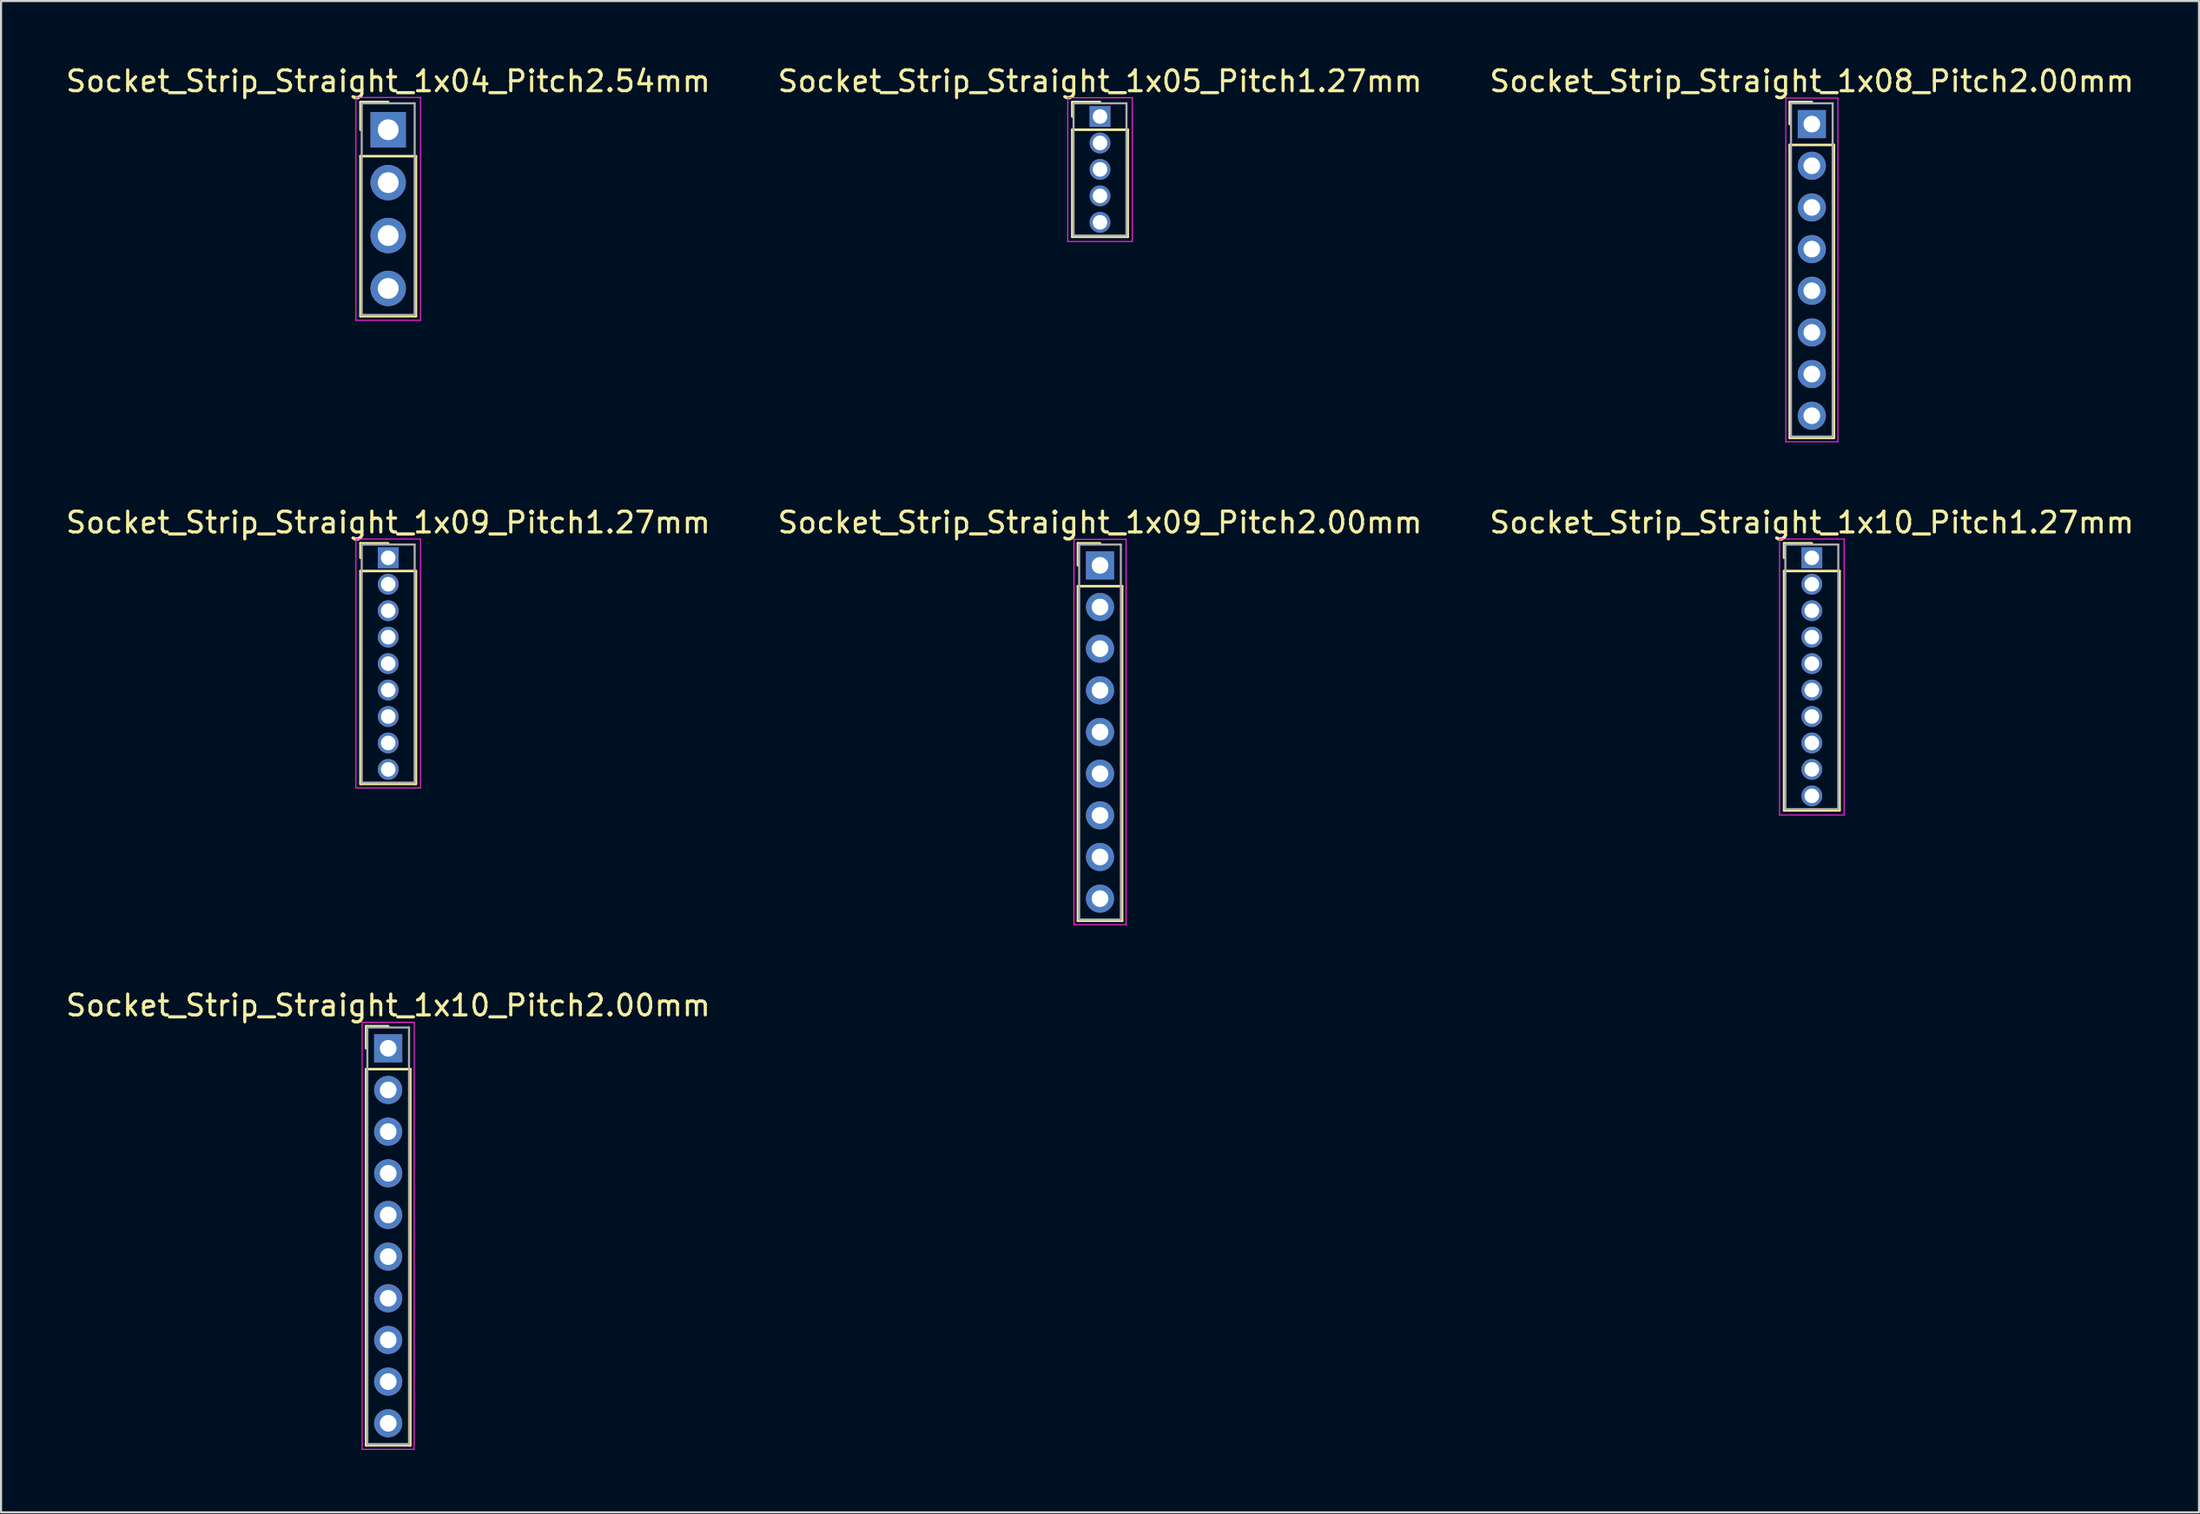
<source format=kicad_pcb>
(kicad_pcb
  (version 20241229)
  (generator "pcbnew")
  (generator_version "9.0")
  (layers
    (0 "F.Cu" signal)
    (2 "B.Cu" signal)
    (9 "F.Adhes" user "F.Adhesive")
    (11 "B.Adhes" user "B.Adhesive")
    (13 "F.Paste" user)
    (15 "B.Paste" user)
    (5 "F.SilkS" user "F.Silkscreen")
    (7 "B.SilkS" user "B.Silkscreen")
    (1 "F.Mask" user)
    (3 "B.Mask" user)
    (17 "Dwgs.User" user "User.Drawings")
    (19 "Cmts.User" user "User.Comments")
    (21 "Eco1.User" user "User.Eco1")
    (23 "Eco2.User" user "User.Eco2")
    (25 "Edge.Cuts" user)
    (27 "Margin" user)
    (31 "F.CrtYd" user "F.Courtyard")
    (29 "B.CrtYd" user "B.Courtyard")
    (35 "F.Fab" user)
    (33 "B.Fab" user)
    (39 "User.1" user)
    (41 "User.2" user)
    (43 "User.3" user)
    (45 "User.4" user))
  (footprint "Socket_Strip_Straight_1x05_Pitch1.27mm"
    (layer "F.Cu")
    (at 49.732 2.543)
    (property "Reference" "Socket_Strip_Straight_1x05_Pitch1.27mm" (at 0 -1.695 0) (layer "F.SilkS") (effects (font (size 1 1) (thickness 0.15))))
    (attr through_hole)
    (fp_line (start -1.33 -0.695) (end 0 -0.695) (stroke (width 0.12) (type solid)) (layer "F.SilkS"))
    (fp_line (start -1.33 0) (end -1.33 -0.695) (stroke (width 0.12) (type solid)) (layer "F.SilkS"))
    (fp_line (start -1.33 0.635) (end -1.33 5.775) (stroke (width 0.12) (type solid)) (layer "F.SilkS"))
    (fp_line (start -1.33 5.775) (end 1.33 5.775) (stroke (width 0.12) (type solid)) (layer "F.SilkS"))
    (fp_line (start 1.33 0.635) (end -1.33 0.635) (stroke (width 0.12) (type solid)) (layer "F.SilkS"))
    (fp_line (start 1.33 5.775) (end 1.33 0.635) (stroke (width 0.12) (type solid)) (layer "F.SilkS"))
    (fp_line (start -1.55 -0.9) (end -1.55 6) (stroke (width 0.05) (type solid)) (layer "F.CrtYd"))
    (fp_line (start -1.55 6) (end 1.55 6) (stroke (width 0.05) (type solid)) (layer "F.CrtYd"))
    (fp_line (start 1.55 -0.9) (end -1.55 -0.9) (stroke (width 0.05) (type solid)) (layer "F.CrtYd"))
    (fp_line (start 1.55 6) (end 1.55 -0.9) (stroke (width 0.05) (type solid)) (layer "F.CrtYd"))
    (fp_line (start -1.27 -0.635) (end -1.27 5.715) (stroke (width 0.1) (type solid)) (layer "F.Fab"))
    (fp_line (start -1.27 5.715) (end 1.27 5.715) (stroke (width 0.1) (type solid)) (layer "F.Fab"))
    (fp_line (start 1.27 -0.635) (end -1.27 -0.635) (stroke (width 0.1) (type solid)) (layer "F.Fab"))
    (fp_line (start 1.27 5.715) (end 1.27 -0.635) (stroke (width 0.1) (type solid)) (layer "F.Fab"))
    (pad "1" thru_hole rect (at 0 0) (size 1 1) (drill 0.7) (layers "*.Cu" "*.Mask"))
    (pad "2" thru_hole oval (at 0 1.27) (size 1 1) (drill 0.7) (layers "*.Cu" "*.Mask"))
    (pad "3" thru_hole oval (at 0 2.54) (size 1 1) (drill 0.7) (layers "*.Cu" "*.Mask"))
    (pad "4" thru_hole oval (at 0 3.81) (size 1 1) (drill 0.7) (layers "*.Cu" "*.Mask"))
    (pad "5" thru_hole oval (at 0 5.08) (size 1 1) (drill 0.7) (layers "*.Cu" "*.Mask")))
  (footprint "Socket_Strip_Straight_1x04_Pitch2.54mm"
    (layer "F.Cu")
    (at 15.577 3.178)
    (property "Reference" "Socket_Strip_Straight_1x04_Pitch2.54mm" (at 0 -2.33 0) (layer "F.SilkS") (effects (font (size 1 1) (thickness 0.15))))
    (attr through_hole)
    (fp_line (start -1.33 -1.33) (end 0 -1.33) (stroke (width 0.12) (type solid)) (layer "F.SilkS"))
    (fp_line (start -1.33 0) (end -1.33 -1.33) (stroke (width 0.12) (type solid)) (layer "F.SilkS"))
    (fp_line (start -1.33 1.27) (end -1.33 8.95) (stroke (width 0.12) (type solid)) (layer "F.SilkS"))
    (fp_line (start -1.33 8.95) (end 1.33 8.95) (stroke (width 0.12) (type solid)) (layer "F.SilkS"))
    (fp_line (start 1.33 1.27) (end -1.33 1.27) (stroke (width 0.12) (type solid)) (layer "F.SilkS"))
    (fp_line (start 1.33 8.95) (end 1.33 1.27) (stroke (width 0.12) (type solid)) (layer "F.SilkS"))
    (fp_line (start -1.55 -1.55) (end -1.55 9.15) (stroke (width 0.05) (type solid)) (layer "F.CrtYd"))
    (fp_line (start -1.55 9.15) (end 1.55 9.15) (stroke (width 0.05) (type solid)) (layer "F.CrtYd"))
    (fp_line (start 1.55 -1.55) (end -1.55 -1.55) (stroke (width 0.05) (type solid)) (layer "F.CrtYd"))
    (fp_line (start 1.55 9.15) (end 1.55 -1.55) (stroke (width 0.05) (type solid)) (layer "F.CrtYd"))
    (fp_line (start -1.27 -1.27) (end -1.27 8.89) (stroke (width 0.1) (type solid)) (layer "F.Fab"))
    (fp_line (start -1.27 8.89) (end 1.27 8.89) (stroke (width 0.1) (type solid)) (layer "F.Fab"))
    (fp_line (start 1.27 -1.27) (end -1.27 -1.27) (stroke (width 0.1) (type solid)) (layer "F.Fab"))
    (fp_line (start 1.27 8.89) (end 1.27 -1.27) (stroke (width 0.1) (type solid)) (layer "F.Fab"))
    (pad "1" thru_hole rect (at 0 0) (size 1.7 1.7) (drill 1) (layers "*.Cu" "*.Mask"))
    (pad "2" thru_hole oval (at 0 2.54) (size 1.7 1.7) (drill 1) (layers "*.Cu" "*.Mask"))
    (pad "3" thru_hole oval (at 0 5.08) (size 1.7 1.7) (drill 1) (layers "*.Cu" "*.Mask"))
    (pad "4" thru_hole oval (at 0 7.62) (size 1.7 1.7) (drill 1) (layers "*.Cu" "*.Mask")))
  (footprint "Socket_Strip_Straight_1x09_Pitch1.27mm"
    (layer "F.Cu")
    (at 15.577 23.727)
    (property "Reference" "Socket_Strip_Straight_1x09_Pitch1.27mm" (at 0 -1.695 0) (layer "F.SilkS") (effects (font (size 1 1) (thickness 0.15))))
    (attr through_hole)
    (fp_line (start -1.33 -0.695) (end 0 -0.695) (stroke (width 0.12) (type solid)) (layer "F.SilkS"))
    (fp_line (start -1.33 0) (end -1.33 -0.695) (stroke (width 0.12) (type solid)) (layer "F.SilkS"))
    (fp_line (start -1.33 0.635) (end -1.33 10.855) (stroke (width 0.12) (type solid)) (layer "F.SilkS"))
    (fp_line (start -1.33 10.855) (end 1.33 10.855) (stroke (width 0.12) (type solid)) (layer "F.SilkS"))
    (fp_line (start 1.33 0.635) (end -1.33 0.635) (stroke (width 0.12) (type solid)) (layer "F.SilkS"))
    (fp_line (start 1.33 10.855) (end 1.33 0.635) (stroke (width 0.12) (type solid)) (layer "F.SilkS"))
    (fp_line (start -1.55 -0.9) (end -1.55 11.05) (stroke (width 0.05) (type solid)) (layer "F.CrtYd"))
    (fp_line (start -1.55 11.05) (end 1.55 11.05) (stroke (width 0.05) (type solid)) (layer "F.CrtYd"))
    (fp_line (start 1.55 -0.9) (end -1.55 -0.9) (stroke (width 0.05) (type solid)) (layer "F.CrtYd"))
    (fp_line (start 1.55 11.05) (end 1.55 -0.9) (stroke (width 0.05) (type solid)) (layer "F.CrtYd"))
    (fp_line (start -1.27 -0.635) (end -1.27 10.795) (stroke (width 0.1) (type solid)) (layer "F.Fab"))
    (fp_line (start -1.27 10.795) (end 1.27 10.795) (stroke (width 0.1) (type solid)) (layer "F.Fab"))
    (fp_line (start 1.27 -0.635) (end -1.27 -0.635) (stroke (width 0.1) (type solid)) (layer "F.Fab"))
    (fp_line (start 1.27 10.795) (end 1.27 -0.635) (stroke (width 0.1) (type solid)) (layer "F.Fab"))
    (pad "1" thru_hole rect (at 0 0) (size 1 1) (drill 0.7) (layers "*.Cu" "*.Mask"))
    (pad "2" thru_hole oval (at 0 1.27) (size 1 1) (drill 0.7) (layers "*.Cu" "*.Mask"))
    (pad "3" thru_hole oval (at 0 2.54) (size 1 1) (drill 0.7) (layers "*.Cu" "*.Mask"))
    (pad "4" thru_hole oval (at 0 3.81) (size 1 1) (drill 0.7) (layers "*.Cu" "*.Mask"))
    (pad "5" thru_hole oval (at 0 5.08) (size 1 1) (drill 0.7) (layers "*.Cu" "*.Mask"))
    (pad "6" thru_hole oval (at 0 6.35) (size 1 1) (drill 0.7) (layers "*.Cu" "*.Mask"))
    (pad "7" thru_hole oval (at 0 7.62) (size 1 1) (drill 0.7) (layers "*.Cu" "*.Mask"))
    (pad "8" thru_hole oval (at 0 8.89) (size 1 1) (drill 0.7) (layers "*.Cu" "*.Mask"))
    (pad "9" thru_hole oval (at 0 10.16) (size 1 1) (drill 0.7) (layers "*.Cu" "*.Mask")))
  (footprint "Socket_Strip_Straight_1x08_Pitch2.00mm"
    (layer "F.Cu")
    (at 83.887 2.908)
    (property "Reference" "Socket_Strip_Straight_1x08_Pitch2.00mm" (at 0 -2.06 0) (layer "F.SilkS") (effects (font (size 1 1) (thickness 0.15))))
    (attr through_hole)
    (fp_line (start -1.06 -1.06) (end 0 -1.06) (stroke (width 0.12) (type solid)) (layer "F.SilkS"))
    (fp_line (start -1.06 0) (end -1.06 -1.06) (stroke (width 0.12) (type solid)) (layer "F.SilkS"))
    (fp_line (start -1.06 1) (end -1.06 15.06) (stroke (width 0.12) (type solid)) (layer "F.SilkS"))
    (fp_line (start -1.06 15.06) (end 1.06 15.06) (stroke (width 0.12) (type solid)) (layer "F.SilkS"))
    (fp_line (start 1.06 1) (end -1.06 1) (stroke (width 0.12) (type solid)) (layer "F.SilkS"))
    (fp_line (start 1.06 15.06) (end 1.06 1) (stroke (width 0.12) (type solid)) (layer "F.SilkS"))
    (fp_line (start -1.25 -1.25) (end -1.25 15.25) (stroke (width 0.05) (type solid)) (layer "F.CrtYd"))
    (fp_line (start -1.25 15.25) (end 1.25 15.25) (stroke (width 0.05) (type solid)) (layer "F.CrtYd"))
    (fp_line (start 1.25 -1.25) (end -1.25 -1.25) (stroke (width 0.05) (type solid)) (layer "F.CrtYd"))
    (fp_line (start 1.25 15.25) (end 1.25 -1.25) (stroke (width 0.05) (type solid)) (layer "F.CrtYd"))
    (fp_line (start -1 -1) (end -1 15) (stroke (width 0.1) (type solid)) (layer "F.Fab"))
    (fp_line (start -1 15) (end 1 15) (stroke (width 0.1) (type solid)) (layer "F.Fab"))
    (fp_line (start 1 -1) (end -1 -1) (stroke (width 0.1) (type solid)) (layer "F.Fab"))
    (fp_line (start 1 15) (end 1 -1) (stroke (width 0.1) (type solid)) (layer "F.Fab"))
    (pad "1" thru_hole rect (at 0 0) (size 1.35 1.35) (drill 0.8) (layers "*.Cu" "*.Mask"))
    (pad "2" thru_hole oval (at 0 2) (size 1.35 1.35) (drill 0.8) (layers "*.Cu" "*.Mask"))
    (pad "3" thru_hole oval (at 0 4) (size 1.35 1.35) (drill 0.8) (layers "*.Cu" "*.Mask"))
    (pad "4" thru_hole oval (at 0 6) (size 1.35 1.35) (drill 0.8) (layers "*.Cu" "*.Mask"))
    (pad "5" thru_hole oval (at 0 8) (size 1.35 1.35) (drill 0.8) (layers "*.Cu" "*.Mask"))
    (pad "6" thru_hole oval (at 0 10) (size 1.35 1.35) (drill 0.8) (layers "*.Cu" "*.Mask"))
    (pad "7" thru_hole oval (at 0 12) (size 1.35 1.35) (drill 0.8) (layers "*.Cu" "*.Mask"))
    (pad "8" thru_hole oval (at 0 14) (size 1.35 1.35) (drill 0.8) (layers "*.Cu" "*.Mask")))
  (footprint "Socket_Strip_Straight_1x10_Pitch2.00mm"
    (layer "F.Cu")
    (at 15.577 47.275)
    (property "Reference" "Socket_Strip_Straight_1x10_Pitch2.00mm" (at 0 -2.06 0) (layer "F.SilkS") (effects (font (size 1 1) (thickness 0.15))))
    (attr through_hole)
    (fp_line (start -1.06 -1.06) (end 0 -1.06) (stroke (width 0.12) (type solid)) (layer "F.SilkS"))
    (fp_line (start -1.06 0) (end -1.06 -1.06) (stroke (width 0.12) (type solid)) (layer "F.SilkS"))
    (fp_line (start -1.06 1) (end -1.06 19.06) (stroke (width 0.12) (type solid)) (layer "F.SilkS"))
    (fp_line (start -1.06 19.06) (end 1.06 19.06) (stroke (width 0.12) (type solid)) (layer "F.SilkS"))
    (fp_line (start 1.06 1) (end -1.06 1) (stroke (width 0.12) (type solid)) (layer "F.SilkS"))
    (fp_line (start 1.06 19.06) (end 1.06 1) (stroke (width 0.12) (type solid)) (layer "F.SilkS"))
    (fp_line (start -1.25 -1.25) (end -1.25 19.25) (stroke (width 0.05) (type solid)) (layer "F.CrtYd"))
    (fp_line (start -1.25 19.25) (end 1.25 19.25) (stroke (width 0.05) (type solid)) (layer "F.CrtYd"))
    (fp_line (start 1.25 -1.25) (end -1.25 -1.25) (stroke (width 0.05) (type solid)) (layer "F.CrtYd"))
    (fp_line (start 1.25 19.25) (end 1.25 -1.25) (stroke (width 0.05) (type solid)) (layer "F.CrtYd"))
    (fp_line (start -1 -1) (end -1 19) (stroke (width 0.1) (type solid)) (layer "F.Fab"))
    (fp_line (start -1 19) (end 1 19) (stroke (width 0.1) (type solid)) (layer "F.Fab"))
    (fp_line (start 1 -1) (end -1 -1) (stroke (width 0.1) (type solid)) (layer "F.Fab"))
    (fp_line (start 1 19) (end 1 -1) (stroke (width 0.1) (type solid)) (layer "F.Fab"))
    (pad "1" thru_hole rect (at 0 0) (size 1.35 1.35) (drill 0.8) (layers "*.Cu" "*.Mask"))
    (pad "2" thru_hole oval (at 0 2) (size 1.35 1.35) (drill 0.8) (layers "*.Cu" "*.Mask"))
    (pad "3" thru_hole oval (at 0 4) (size 1.35 1.35) (drill 0.8) (layers "*.Cu" "*.Mask"))
    (pad "4" thru_hole oval (at 0 6) (size 1.35 1.35) (drill 0.8) (layers "*.Cu" "*.Mask"))
    (pad "5" thru_hole oval (at 0 8) (size 1.35 1.35) (drill 0.8) (layers "*.Cu" "*.Mask"))
    (pad "6" thru_hole oval (at 0 10) (size 1.35 1.35) (drill 0.8) (layers "*.Cu" "*.Mask"))
    (pad "7" thru_hole oval (at 0 12) (size 1.35 1.35) (drill 0.8) (layers "*.Cu" "*.Mask"))
    (pad "8" thru_hole oval (at 0 14) (size 1.35 1.35) (drill 0.8) (layers "*.Cu" "*.Mask"))
    (pad "9" thru_hole oval (at 0 16) (size 1.35 1.35) (drill 0.8) (layers "*.Cu" "*.Mask"))
    (pad "10" thru_hole oval (at 0 18) (size 1.35 1.35) (drill 0.8) (layers "*.Cu" "*.Mask")))
  (footprint "Socket_Strip_Straight_1x09_Pitch2.00mm"
    (layer "F.Cu")
    (at 49.732 24.091)
    (property "Reference" "Socket_Strip_Straight_1x09_Pitch2.00mm" (at 0 -2.06 0) (layer "F.SilkS") (effects (font (size 1 1) (thickness 0.15))))
    (attr through_hole)
    (fp_line (start -1.06 -1.06) (end 0 -1.06) (stroke (width 0.12) (type solid)) (layer "F.SilkS"))
    (fp_line (start -1.06 0) (end -1.06 -1.06) (stroke (width 0.12) (type solid)) (layer "F.SilkS"))
    (fp_line (start -1.06 1) (end -1.06 17.06) (stroke (width 0.12) (type solid)) (layer "F.SilkS"))
    (fp_line (start -1.06 17.06) (end 1.06 17.06) (stroke (width 0.12) (type solid)) (layer "F.SilkS"))
    (fp_line (start 1.06 1) (end -1.06 1) (stroke (width 0.12) (type solid)) (layer "F.SilkS"))
    (fp_line (start 1.06 17.06) (end 1.06 1) (stroke (width 0.12) (type solid)) (layer "F.SilkS"))
    (fp_line (start -1.25 -1.25) (end -1.25 17.25) (stroke (width 0.05) (type solid)) (layer "F.CrtYd"))
    (fp_line (start -1.25 17.25) (end 1.25 17.25) (stroke (width 0.05) (type solid)) (layer "F.CrtYd"))
    (fp_line (start 1.25 -1.25) (end -1.25 -1.25) (stroke (width 0.05) (type solid)) (layer "F.CrtYd"))
    (fp_line (start 1.25 17.25) (end 1.25 -1.25) (stroke (width 0.05) (type solid)) (layer "F.CrtYd"))
    (fp_line (start -1 -1) (end -1 17) (stroke (width 0.1) (type solid)) (layer "F.Fab"))
    (fp_line (start -1 17) (end 1 17) (stroke (width 0.1) (type solid)) (layer "F.Fab"))
    (fp_line (start 1 -1) (end -1 -1) (stroke (width 0.1) (type solid)) (layer "F.Fab"))
    (fp_line (start 1 17) (end 1 -1) (stroke (width 0.1) (type solid)) (layer "F.Fab"))
    (pad "1" thru_hole rect (at 0 0) (size 1.35 1.35) (drill 0.8) (layers "*.Cu" "*.Mask"))
    (pad "2" thru_hole oval (at 0 2) (size 1.35 1.35) (drill 0.8) (layers "*.Cu" "*.Mask"))
    (pad "3" thru_hole oval (at 0 4) (size 1.35 1.35) (drill 0.8) (layers "*.Cu" "*.Mask"))
    (pad "4" thru_hole oval (at 0 6) (size 1.35 1.35) (drill 0.8) (layers "*.Cu" "*.Mask"))
    (pad "5" thru_hole oval (at 0 8) (size 1.35 1.35) (drill 0.8) (layers "*.Cu" "*.Mask"))
    (pad "6" thru_hole oval (at 0 10) (size 1.35 1.35) (drill 0.8) (layers "*.Cu" "*.Mask"))
    (pad "7" thru_hole oval (at 0 12) (size 1.35 1.35) (drill 0.8) (layers "*.Cu" "*.Mask"))
    (pad "8" thru_hole oval (at 0 14) (size 1.35 1.35) (drill 0.8) (layers "*.Cu" "*.Mask"))
    (pad "9" thru_hole oval (at 0 16) (size 1.35 1.35) (drill 0.8) (layers "*.Cu" "*.Mask")))
  (footprint "Socket_Strip_Straight_1x10_Pitch1.27mm"
    (layer "F.Cu")
    (at 83.887 23.727)
    (property "Reference" "Socket_Strip_Straight_1x10_Pitch1.27mm" (at 0 -1.695 0) (layer "F.SilkS") (effects (font (size 1 1) (thickness 0.15))))
    (attr through_hole)
    (fp_line (start -1.33 -0.695) (end 0 -0.695) (stroke (width 0.12) (type solid)) (layer "F.SilkS"))
    (fp_line (start -1.33 0) (end -1.33 -0.695) (stroke (width 0.12) (type solid)) (layer "F.SilkS"))
    (fp_line (start -1.33 0.635) (end -1.33 12.125) (stroke (width 0.12) (type solid)) (layer "F.SilkS"))
    (fp_line (start -1.33 12.125) (end 1.33 12.125) (stroke (width 0.12) (type solid)) (layer "F.SilkS"))
    (fp_line (start 1.33 0.635) (end -1.33 0.635) (stroke (width 0.12) (type solid)) (layer "F.SilkS"))
    (fp_line (start 1.33 12.125) (end 1.33 0.635) (stroke (width 0.12) (type solid)) (layer "F.SilkS"))
    (fp_line (start -1.55 -0.9) (end -1.55 12.35) (stroke (width 0.05) (type solid)) (layer "F.CrtYd"))
    (fp_line (start -1.55 12.35) (end 1.55 12.35) (stroke (width 0.05) (type solid)) (layer "F.CrtYd"))
    (fp_line (start 1.55 -0.9) (end -1.55 -0.9) (stroke (width 0.05) (type solid)) (layer "F.CrtYd"))
    (fp_line (start 1.55 12.35) (end 1.55 -0.9) (stroke (width 0.05) (type solid)) (layer "F.CrtYd"))
    (fp_line (start -1.27 -0.635) (end -1.27 12.065) (stroke (width 0.1) (type solid)) (layer "F.Fab"))
    (fp_line (start -1.27 12.065) (end 1.27 12.065) (stroke (width 0.1) (type solid)) (layer "F.Fab"))
    (fp_line (start 1.27 -0.635) (end -1.27 -0.635) (stroke (width 0.1) (type solid)) (layer "F.Fab"))
    (fp_line (start 1.27 12.065) (end 1.27 -0.635) (stroke (width 0.1) (type solid)) (layer "F.Fab"))
    (pad "1" thru_hole rect (at 0 0) (size 1 1) (drill 0.7) (layers "*.Cu" "*.Mask"))
    (pad "2" thru_hole oval (at 0 1.27) (size 1 1) (drill 0.7) (layers "*.Cu" "*.Mask"))
    (pad "3" thru_hole oval (at 0 2.54) (size 1 1) (drill 0.7) (layers "*.Cu" "*.Mask"))
    (pad "4" thru_hole oval (at 0 3.81) (size 1 1) (drill 0.7) (layers "*.Cu" "*.Mask"))
    (pad "5" thru_hole oval (at 0 5.08) (size 1 1) (drill 0.7) (layers "*.Cu" "*.Mask"))
    (pad "6" thru_hole oval (at 0 6.35) (size 1 1) (drill 0.7) (layers "*.Cu" "*.Mask"))
    (pad "7" thru_hole oval (at 0 7.62) (size 1 1) (drill 0.7) (layers "*.Cu" "*.Mask"))
    (pad "8" thru_hole oval (at 0 8.89) (size 1 1) (drill 0.7) (layers "*.Cu" "*.Mask"))
    (pad "9" thru_hole oval (at 0 10.16) (size 1 1) (drill 0.7) (layers "*.Cu" "*.Mask"))
    (pad "10" thru_hole oval (at 0 11.43) (size 1 1) (drill 0.7) (layers "*.Cu" "*.Mask")))
  (gr_rect
    (start -3 -3)
    (end 102.464 69.55)
    (stroke (width 0.1) (type default))
    (fill no)
    (layer "Edge.Cuts")))
</source>
